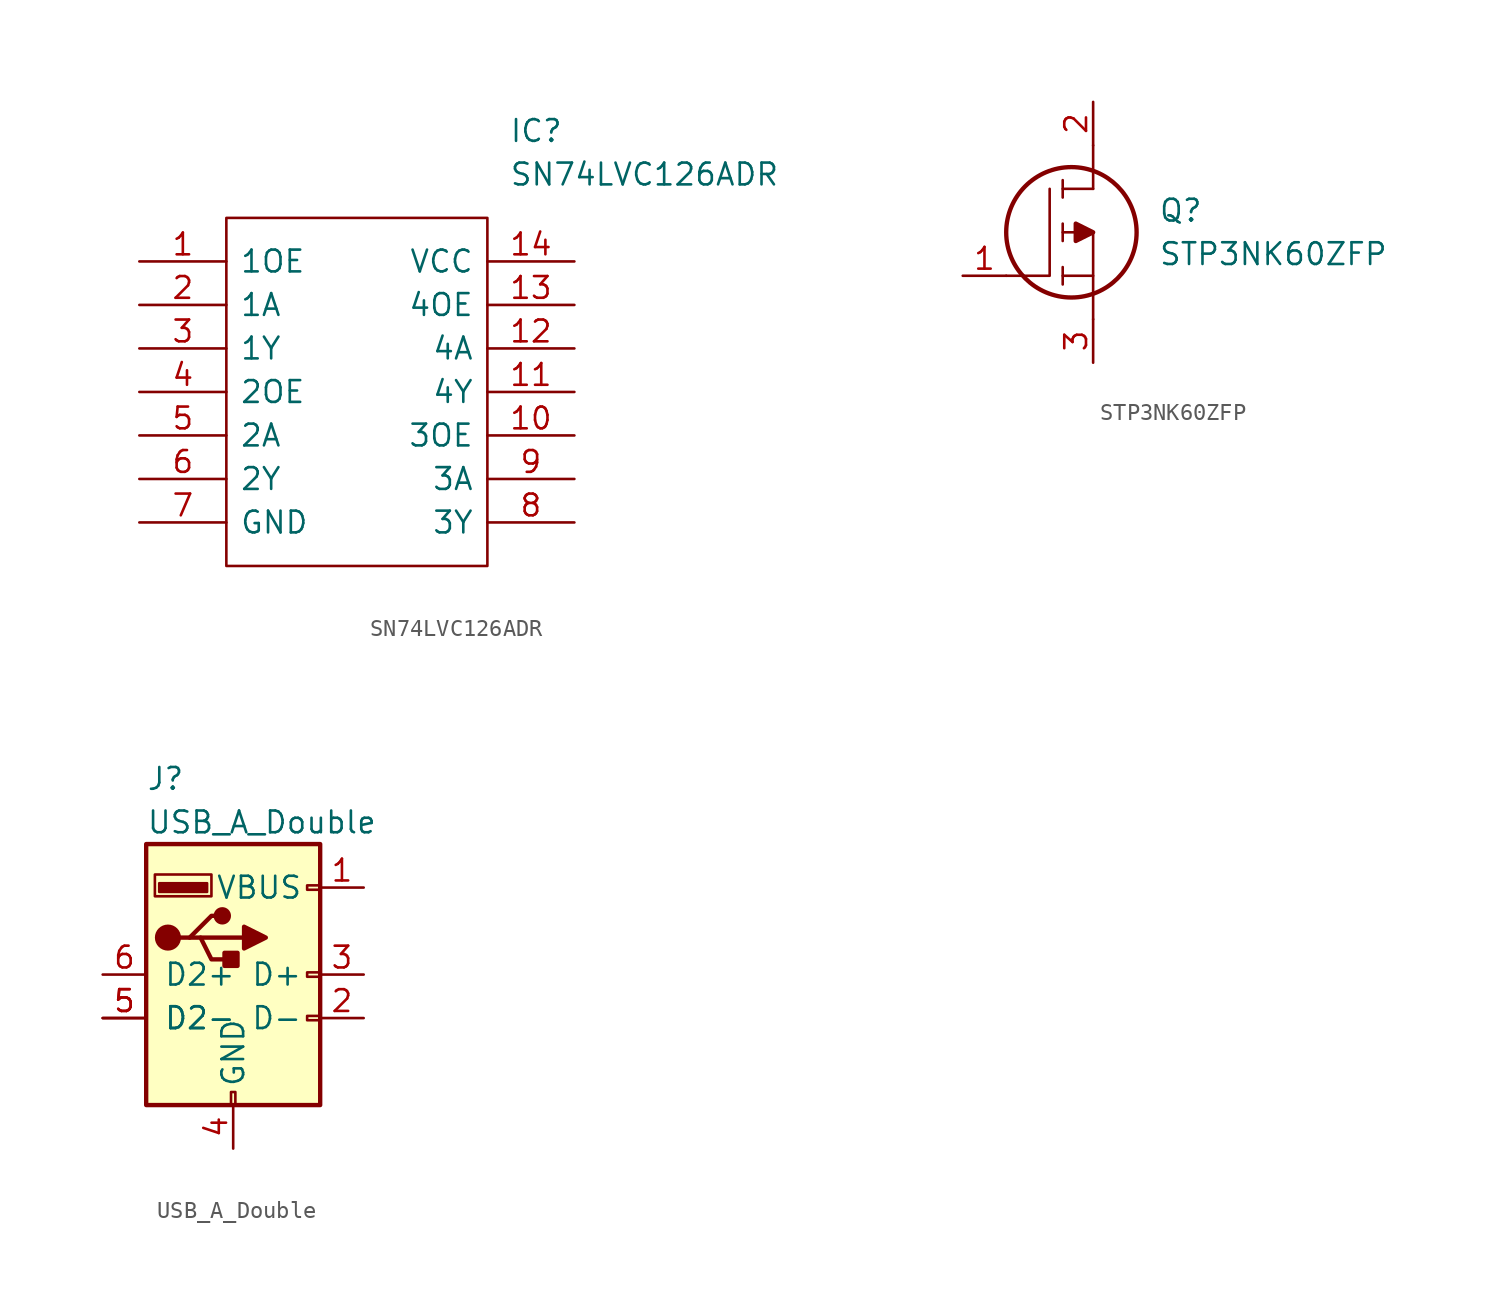
<source format=kicad_sym>
(kicad_symbol_lib
  (version 20211014)
  (generator kicad_symbol_editor)
  (symbol "SN74LVC126ADR"
    (pin_names
      (offset 0.762))
    (property "Reference" "IC"
      (at 21.59 7.62 0)
      (effects (font (size 1.27 1.27)) (justify left)))
    (property "Value" "SN74LVC126ADR"
      (at 21.59 5.08 0)
      (effects (font (size 1.27 1.27)) (justify left)))
    (symbol "SN74LVC126ADR_0_0"
      (pin passive line (at 0 0 0) (length 5.08) (name "1OE" (effects (font (size 1.27 1.27)))) (number "1" (effects (font (size 1.27 1.27)))))
      (pin passive line (at 25.4 -10.16 180) (length 5.08) (name "3OE" (effects (font (size 1.27 1.27)))) (number "10" (effects (font (size 1.27 1.27)))))
      (pin passive line (at 25.4 -7.62 180) (length 5.08) (name "4Y" (effects (font (size 1.27 1.27)))) (number "11" (effects (font (size 1.27 1.27)))))
      (pin passive line (at 25.4 -5.08 180) (length 5.08) (name "4A" (effects (font (size 1.27 1.27)))) (number "12" (effects (font (size 1.27 1.27)))))
      (pin passive line (at 25.4 -2.54 180) (length 5.08) (name "4OE" (effects (font (size 1.27 1.27)))) (number "13" (effects (font (size 1.27 1.27)))))
      (pin passive line (at 25.4 0 180) (length 5.08) (name "VCC" (effects (font (size 1.27 1.27)))) (number "14" (effects (font (size 1.27 1.27)))))
      (pin passive line (at 0 -2.54 0) (length 5.08) (name "1A" (effects (font (size 1.27 1.27)))) (number "2" (effects (font (size 1.27 1.27)))))
      (pin passive line (at 0 -5.08 0) (length 5.08) (name "1Y" (effects (font (size 1.27 1.27)))) (number "3" (effects (font (size 1.27 1.27)))))
      (pin passive line (at 0 -7.62 0) (length 5.08) (name "2OE" (effects (font (size 1.27 1.27)))) (number "4" (effects (font (size 1.27 1.27)))))
      (pin passive line (at 0 -10.16 0) (length 5.08) (name "2A" (effects (font (size 1.27 1.27)))) (number "5" (effects (font (size 1.27 1.27)))))
      (pin passive line (at 0 -12.7 0) (length 5.08) (name "2Y" (effects (font (size 1.27 1.27)))) (number "6" (effects (font (size 1.27 1.27)))))
      (pin passive line (at 0 -15.24 0) (length 5.08) (name "GND" (effects (font (size 1.27 1.27)))) (number "7" (effects (font (size 1.27 1.27)))))
      (pin passive line (at 25.4 -15.24 180) (length 5.08) (name "3Y" (effects (font (size 1.27 1.27)))) (number "8" (effects (font (size 1.27 1.27)))))
      (pin passive line (at 25.4 -12.7 180) (length 5.08) (name "3A" (effects (font (size 1.27 1.27)))) (number "9" (effects (font (size 1.27 1.27))))))
    (symbol "SN74LVC126ADR_0_1"
      (polyline (pts (xy 5.08 2.54) (xy 20.32 2.54) (xy 20.32 -17.78) (xy 5.08 -17.78) (xy 5.08 2.54)) (stroke (width 0.152) (type default) (color 0 0 0 0)) (fill (type none)))))
  (symbol "STP3NK60ZFP"
    (pin_names
      (offset 0.762))
    (property "Reference" "Q"
      (at 11.43 3.81 0)
      (effects (font (size 1.27 1.27)) (justify left)))
    (property "Value" "STP3NK60ZFP"
      (at 11.43 1.27 0)
      (effects (font (size 1.27 1.27)) (justify left)))
    (symbol "STP3NK60ZFP_0_0"
      (pin passive line (at 0 0 0) (length 2.54) (name "~" (effects (font (size 1.27 1.27)))) (number "1" (effects (font (size 1.27 1.27)))))
      (pin passive line (at 7.62 10.16 270) (length 2.54) (name "~" (effects (font (size 1.27 1.27)))) (number "2" (effects (font (size 1.27 1.27)))))
      (pin passive line (at 7.62 -5.08 90) (length 2.54) (name "~" (effects (font (size 1.27 1.27)))) (number "3" (effects (font (size 1.27 1.27))))))
    (symbol "STP3NK60ZFP_0_1"
      (polyline (pts (xy 5.842 -0.508) (xy 5.842 0.508)) (stroke (width 0.152) (type default) (color 0 0 0 0)) (fill (type none)))
      (polyline (pts (xy 5.842 0) (xy 7.62 0)) (stroke (width 0.152) (type default) (color 0 0 0 0)) (fill (type none)))
      (polyline (pts (xy 5.842 2.032) (xy 5.842 3.048)) (stroke (width 0.152) (type default) (color 0 0 0 0)) (fill (type none)))
      (polyline (pts (xy 5.842 5.588) (xy 5.842 4.572)) (stroke (width 0.152) (type default) (color 0 0 0 0)) (fill (type none)))
      (polyline (pts (xy 7.62 2.54) (xy 5.842 2.54)) (stroke (width 0.152) (type default) (color 0 0 0 0)) (fill (type none)))
      (polyline (pts (xy 7.62 2.54) (xy 7.62 -2.54)) (stroke (width 0.152) (type default) (color 0 0 0 0)) (fill (type none)))
      (polyline (pts (xy 7.62 5.08) (xy 5.842 5.08)) (stroke (width 0.152) (type default) (color 0 0 0 0)) (fill (type none)))
      (polyline (pts (xy 7.62 5.08) (xy 7.62 7.62)) (stroke (width 0.152) (type default) (color 0 0 0 0)) (fill (type none)))
      (polyline (pts (xy 2.54 0) (xy 5.08 0) (xy 5.08 5.08)) (stroke (width 0.152) (type default) (color 0 0 0 0)) (fill (type none)))
      (polyline (pts (xy 7.62 2.54) (xy 6.604 3.048) (xy 6.604 2.032) (xy 7.62 2.54)) (stroke (width 0.254) (type default) (color 0 0 0 0)) (fill (type outline)))
      (circle (center 6.35 2.54) (radius 3.81) (stroke (width 0.254) (type default) (color 0 0 0 0)) (fill (type none)))))
  (symbol "USB_A_Double"
    (pin_names
      (offset 1.016))
    (property "Reference" "J"
      (at -5.08 11.43 0)
      (effects (font (size 1.27 1.27)) (justify left)))
    (property "Value" "USB_A_Double"
      (at -5.08 8.89 0)
      (effects (font (size 1.27 1.27)) (justify left)))
    (symbol "USB_A_Double_0_1"
      (rectangle (start -5.08 -7.62) (end 5.08 7.62) (stroke (width 0.254) (type default) (color 0 0 0 0)) (fill (type background)))
      (circle (center -3.81 2.159) (radius 0.635) (stroke (width 0.254) (type default) (color 0 0 0 0)) (fill (type outline)))
      (rectangle (start -1.524 4.826) (end -4.318 5.334) (stroke (width 0) (type default) (color 0 0 0 0)) (fill (type outline)))
      (rectangle (start -1.27 4.572) (end -4.572 5.842) (stroke (width 0) (type default) (color 0 0 0 0)) (fill (type none)))
      (circle (center -0.635 3.429) (radius 0.381) (stroke (width 0.254) (type default) (color 0 0 0 0)) (fill (type outline)))
      (rectangle (start -0.127 -7.62) (end 0.127 -6.858) (stroke (width 0) (type default) (color 0 0 0 0)) (fill (type none)))
      (polyline (pts (xy -3.175 2.159) (xy -2.54 2.159) (xy -1.27 3.429) (xy -0.635 3.429)) (stroke (width 0.254) (type default) (color 0 0 0 0)) (fill (type none)))
      (polyline (pts (xy -2.54 2.159) (xy -1.905 2.159) (xy -1.27 0.889) (xy 0 0.889)) (stroke (width 0.254) (type default) (color 0 0 0 0)) (fill (type none)))
      (polyline (pts (xy 0.635 2.794) (xy 0.635 1.524) (xy 1.905 2.159) (xy 0.635 2.794)) (stroke (width 0.254) (type default) (color 0 0 0 0)) (fill (type outline)))
      (rectangle (start 0.254 1.27) (end -0.508 0.508) (stroke (width 0.254) (type default) (color 0 0 0 0)) (fill (type outline)))
      (rectangle (start 5.08 -2.667) (end 4.318 -2.413) (stroke (width 0) (type default) (color 0 0 0 0)) (fill (type none)))
      (rectangle (start 5.08 -0.127) (end 4.318 0.127) (stroke (width 0) (type default) (color 0 0 0 0)) (fill (type none)))
      (rectangle (start 5.08 4.953) (end 4.318 5.207) (stroke (width 0) (type default) (color 0 0 0 0)) (fill (type none))))
    (symbol "USB_A_Double_1_1"
      (polyline (pts (xy -1.905 2.159) (xy 0.635 2.159)) (stroke (width 0.254) (type default) (color 0 0 0 0)) (fill (type none)))
      (pin power_in line (at 7.62 5.08 180) (length 2.54) (name "VBUS" (effects (font (size 1.27 1.27)))) (number "1" (effects (font (size 1.27 1.27)))))
      (pin passive line (at 7.62 -2.54 180) (length 2.54) (name "D-" (effects (font (size 1.27 1.27)))) (number "2" (effects (font (size 1.27 1.27)))))
      (pin passive line (at 7.62 0 180) (length 2.54) (name "D+" (effects (font (size 1.27 1.27)))) (number "3" (effects (font (size 1.27 1.27)))))
      (pin power_in line (at 0 -10.16 90) (length 2.54) (name "GND" (effects (font (size 1.27 1.27)))) (number "4" (effects (font (size 1.27 1.27)))))
      (pin passive line (at -7.62 -2.54 0) (length 2.54) (name "D2-" (effects (font (size 1.27 1.27)))) (number "5" (effects (font (size 1.27 1.27)))))
      (pin passive line (at -7.62 -2.54 0) (length 2.54) (name "D2-" (effects (font (size 1.27 1.27)))) (number "5" (effects (font (size 1.27 1.27)))))
      (pin passive line (at -7.62 0 0) (length 2.54) (name "D2+" (effects (font (size 1.27 1.27)))) (number "6" (effects (font (size 1.27 1.27))))))))
</source>
